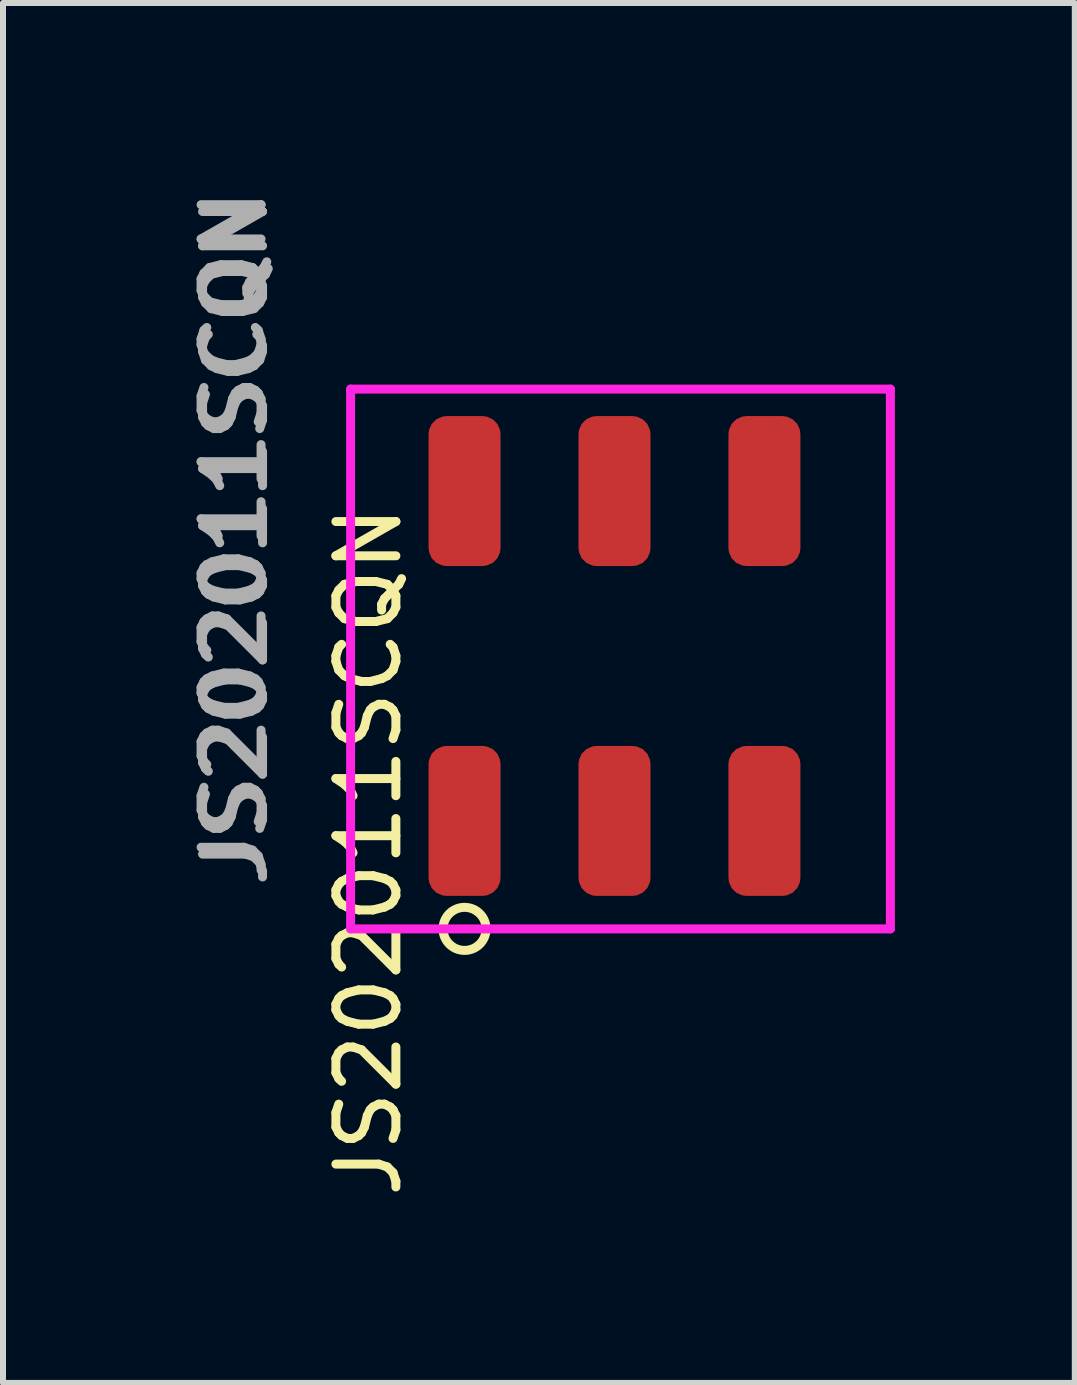
<source format=kicad_pcb>
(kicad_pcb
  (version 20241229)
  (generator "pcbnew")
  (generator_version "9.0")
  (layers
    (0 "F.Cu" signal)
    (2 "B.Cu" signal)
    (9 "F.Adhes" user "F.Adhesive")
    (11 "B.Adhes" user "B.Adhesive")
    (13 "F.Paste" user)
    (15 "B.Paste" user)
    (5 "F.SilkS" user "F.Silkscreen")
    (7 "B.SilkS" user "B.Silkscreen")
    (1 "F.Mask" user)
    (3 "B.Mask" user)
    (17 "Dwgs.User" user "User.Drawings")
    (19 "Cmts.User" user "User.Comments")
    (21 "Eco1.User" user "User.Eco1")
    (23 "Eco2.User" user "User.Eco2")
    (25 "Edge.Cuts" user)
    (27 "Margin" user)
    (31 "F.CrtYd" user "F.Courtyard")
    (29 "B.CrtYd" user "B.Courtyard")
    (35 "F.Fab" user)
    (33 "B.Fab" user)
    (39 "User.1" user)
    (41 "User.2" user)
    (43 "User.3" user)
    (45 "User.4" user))
  (footprint "JS202011SCQN"
    (layer "F.Cu")
    (at 4.696 10.638)
    (property "Reference" "JS202011SCQN" (at -1.6 0.508 90) (layer "F.SilkS") (effects (font (size 1 1) (thickness 0.15))))
    (attr through_hole)
    (fp_circle (center 0 1.8) (end 0.359 1.8) (stroke (width 0.15) (type solid)) (fill no) (layer "F.SilkS"))
    (fp_line (start -1.9 -7.2) (end 7.1 -7.2) (stroke (width 0.15) (type solid)) (layer "F.CrtYd"))
    (fp_line (start -1.9 1.8) (end -1.9 -7.2) (stroke (width 0.15) (type solid)) (layer "F.CrtYd"))
    (fp_line (start 7.1 -7.2) (end 7.1 1.8) (stroke (width 0.15) (type solid)) (layer "F.CrtYd"))
    (fp_line (start 7.1 1.8) (end -1.9 1.8) (stroke (width 0.15) (type solid)) (layer "F.CrtYd"))
    (fp_text user "JS202011SCQN" (at -3.823 -4.661 90) (layer "F.Fab") (effects (font (size 1 1) (thickness 0.15))))
    (fp_text user "JS202011SCQN" (at -3.848 -4.775 90) (layer "F.Fab") (effects (font (size 1 1) (thickness 0.15))))
    (pad "1" smd roundrect (at 0 0) (size 1.2 2.5) (layers "F.Cu" "F.Mask" "F.Paste") (roundrect_rratio 0.25))
    (pad "2" smd roundrect (at 2.5 0) (size 1.2 2.5) (layers "F.Cu" "F.Mask" "F.Paste") (roundrect_rratio 0.25))
    (pad "3" smd roundrect (at 5 0) (size 1.2 2.5) (layers "F.Cu" "F.Mask" "F.Paste") (roundrect_rratio 0.25))
    (pad "4" smd roundrect (at 0 -5.5 180) (size 1.2 2.5) (layers "F.Cu" "F.Mask" "F.Paste") (roundrect_rratio 0.25))
    (pad "5" smd roundrect (at 2.5 -5.5) (size 1.2 2.5) (layers "F.Cu" "F.Mask" "F.Paste") (roundrect_rratio 0.25))
    (pad "6" smd roundrect (at 5 -5.5) (size 1.2 2.5) (layers "F.Cu" "F.Mask" "F.Paste") (roundrect_rratio 0.25)))
  (gr_rect
    (start -3 -3)
    (end 14.871 20.009)
    (stroke (width 0.1) (type default))
    (fill no)
    (layer "Edge.Cuts")))
</source>
